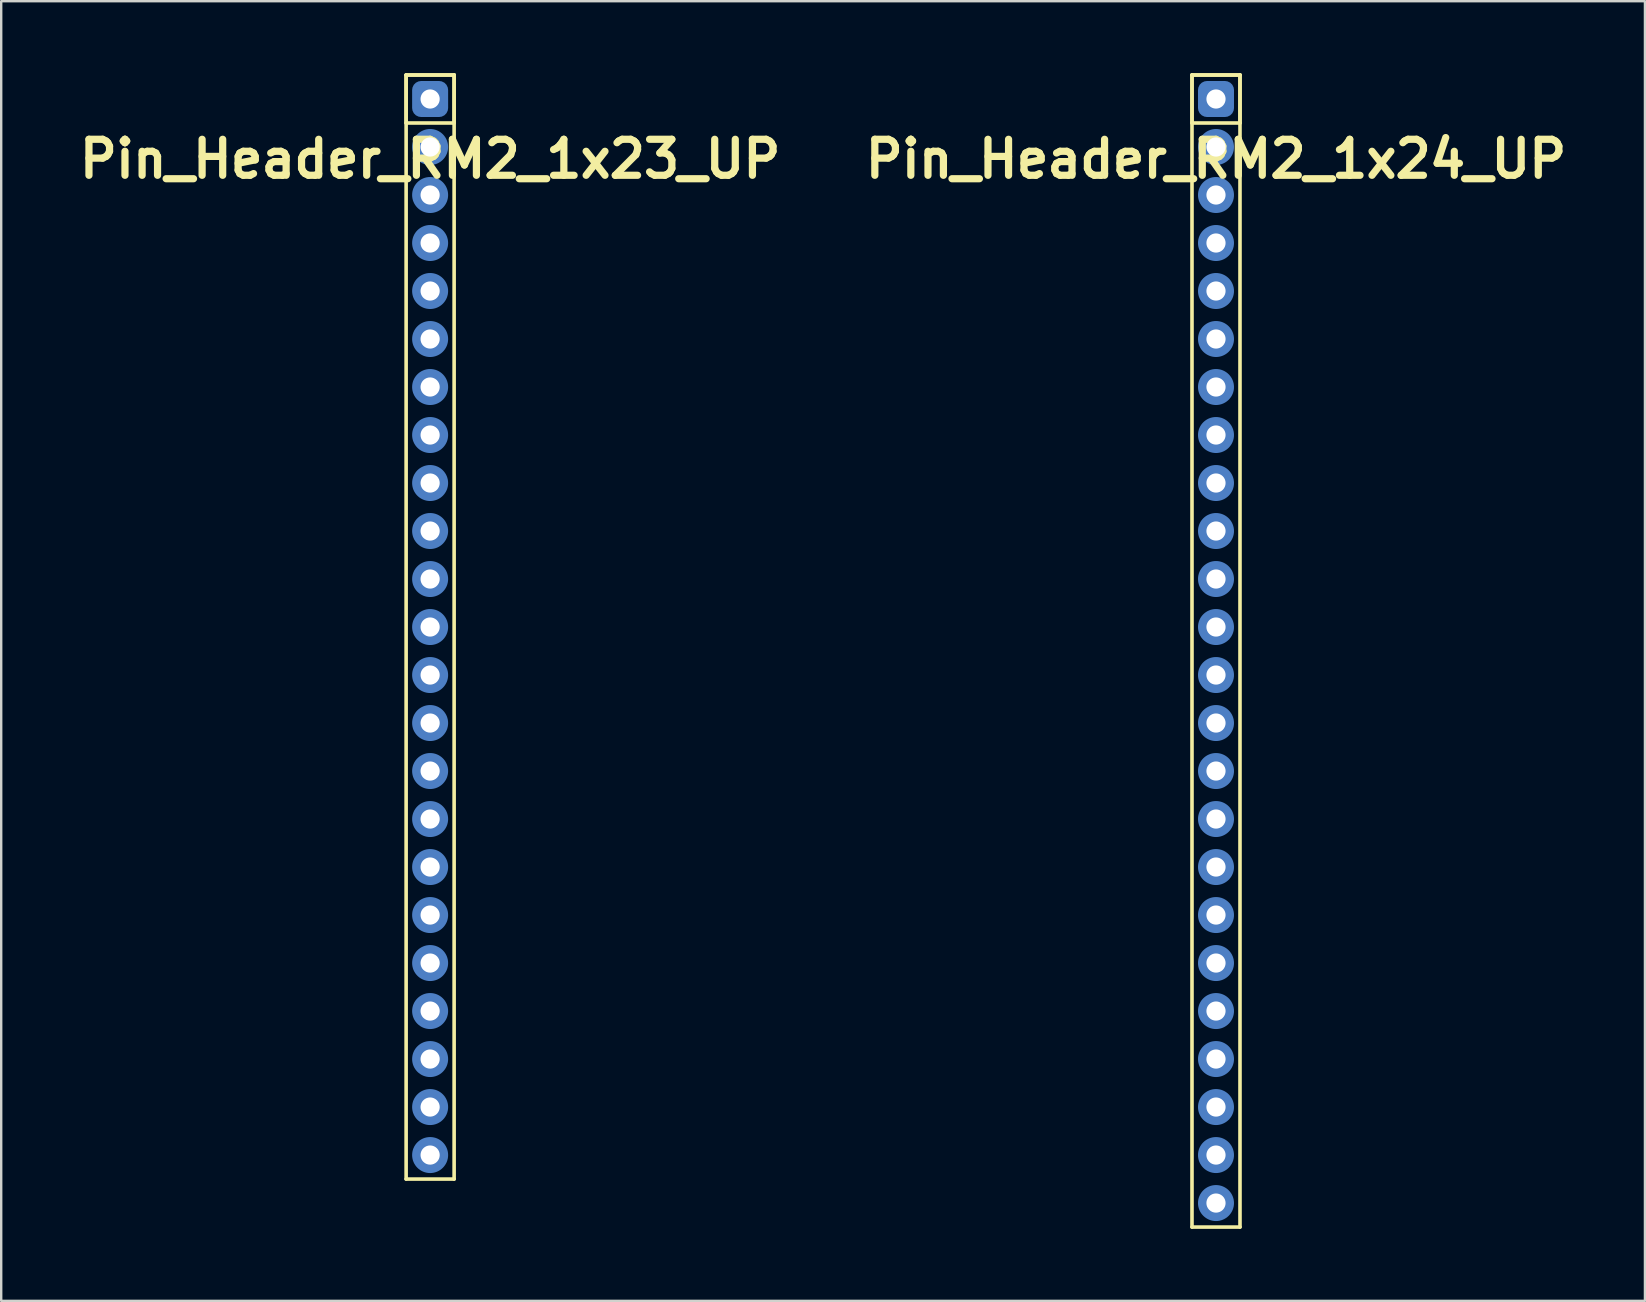
<source format=kicad_pcb>
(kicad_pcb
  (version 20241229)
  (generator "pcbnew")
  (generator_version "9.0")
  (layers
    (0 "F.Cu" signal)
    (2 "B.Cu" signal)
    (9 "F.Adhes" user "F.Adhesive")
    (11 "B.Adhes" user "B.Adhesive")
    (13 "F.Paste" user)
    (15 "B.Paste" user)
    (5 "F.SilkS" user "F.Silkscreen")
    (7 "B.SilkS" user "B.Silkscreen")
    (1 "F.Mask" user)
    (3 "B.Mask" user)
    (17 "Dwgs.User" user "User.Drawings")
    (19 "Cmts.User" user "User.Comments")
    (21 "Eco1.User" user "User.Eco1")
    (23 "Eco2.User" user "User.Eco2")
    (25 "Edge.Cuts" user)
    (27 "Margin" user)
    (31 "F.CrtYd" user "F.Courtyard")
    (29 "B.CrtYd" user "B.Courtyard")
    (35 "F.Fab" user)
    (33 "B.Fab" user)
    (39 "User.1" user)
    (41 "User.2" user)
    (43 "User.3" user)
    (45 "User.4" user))
  (footprint "Pin_Header_RM2_1x23_UP"
    (layer "F.Cu")
    (at 14.871 1.075)
    (property "Reference" "Pin_Header_RM2_1x23_UP" (at 0 2.5 0) (layer "F.SilkS") (effects (font (size 1.5 1.5) (thickness 0.3))))
    (attr through_hole)
    (fp_line (start -1 -1) (end 1 -1) (stroke (width 0.15) (type solid)) (layer "F.SilkS"))
    (fp_line (start -1 -1) (end 1 -1) (stroke (width 0.15) (type solid)) (layer "F.SilkS"))
    (fp_line (start -1 1) (end -1 -1) (stroke (width 0.15) (type solid)) (layer "F.SilkS"))
    (fp_line (start -1 45) (end -1 -1) (stroke (width 0.15) (type solid)) (layer "F.SilkS"))
    (fp_line (start 1 -1) (end 1 1) (stroke (width 0.15) (type solid)) (layer "F.SilkS"))
    (fp_line (start 1 -1) (end 1 45) (stroke (width 0.15) (type solid)) (layer "F.SilkS"))
    (fp_line (start 1 1) (end -1 1) (stroke (width 0.15) (type solid)) (layer "F.SilkS"))
    (fp_line (start 1 45) (end -1 45) (stroke (width 0.15) (type solid)) (layer "F.SilkS"))
    (pad "1" thru_hole circle (at 0 0) (size 1.1 1.1) (drill 0.8) (layers "*.Cu" "*.Mask"))
    (pad "1" smd roundrect (at 0 0) (size 1.25 1.25) (layers "F.Cu" "F.Mask") (roundrect_rratio 0.25))
    (pad "1" smd roundrect (at 0 0) (size 1.5 1.5) (layers "B.Cu" "B.Mask") (roundrect_rratio 0.25))
    (pad "2" thru_hole circle (at 0 2) (size 1.1 1.1) (drill 0.8) (layers "*.Cu" "*.Mask"))
    (pad "2" smd circle (at 0 2) (size 1.25 1.25) (layers "F.Cu" "F.Mask"))
    (pad "2" smd circle (at 0 2) (size 1.5 1.5) (layers "B.Cu" "B.Mask"))
    (pad "3" thru_hole circle (at 0 4) (size 1.1 1.1) (drill 0.8) (layers "*.Cu" "*.Mask"))
    (pad "3" smd circle (at 0 4) (size 1.25 1.25) (layers "F.Cu" "F.Mask"))
    (pad "3" smd circle (at 0 4) (size 1.5 1.5) (layers "B.Cu" "B.Mask"))
    (pad "4" thru_hole circle (at 0 6) (size 1.1 1.1) (drill 0.8) (layers "*.Cu" "*.Mask"))
    (pad "4" smd circle (at 0 6) (size 1.25 1.25) (layers "F.Cu" "F.Mask"))
    (pad "4" smd circle (at 0 6) (size 1.5 1.5) (layers "B.Cu" "B.Mask"))
    (pad "5" thru_hole circle (at 0 8) (size 1.1 1.1) (drill 0.8) (layers "*.Cu" "*.Mask"))
    (pad "5" smd circle (at 0 8) (size 1.25 1.25) (layers "F.Cu" "F.Mask"))
    (pad "5" smd circle (at 0 8) (size 1.5 1.5) (layers "B.Cu" "B.Mask"))
    (pad "6" thru_hole circle (at 0 10) (size 1.1 1.1) (drill 0.8) (layers "*.Cu" "*.Mask"))
    (pad "6" smd circle (at 0 10) (size 1.25 1.25) (layers "F.Cu" "F.Mask"))
    (pad "6" smd circle (at 0 10) (size 1.5 1.5) (layers "B.Cu" "B.Mask"))
    (pad "7" thru_hole circle (at 0 12) (size 1.1 1.1) (drill 0.8) (layers "*.Cu" "*.Mask"))
    (pad "7" smd circle (at 0 12) (size 1.25 1.25) (layers "F.Cu" "F.Mask"))
    (pad "7" smd circle (at 0 12) (size 1.5 1.5) (layers "B.Cu" "B.Mask"))
    (pad "8" thru_hole circle (at 0 14) (size 1.1 1.1) (drill 0.8) (layers "*.Cu" "*.Mask"))
    (pad "8" smd circle (at 0 14) (size 1.25 1.25) (layers "F.Cu" "F.Mask"))
    (pad "8" smd circle (at 0 14) (size 1.5 1.5) (layers "B.Cu" "B.Mask"))
    (pad "9" thru_hole circle (at 0 16) (size 1.1 1.1) (drill 0.8) (layers "*.Cu" "*.Mask"))
    (pad "9" smd circle (at 0 16) (size 1.25 1.25) (layers "F.Cu" "F.Mask"))
    (pad "9" smd circle (at 0 16) (size 1.5 1.5) (layers "B.Cu" "B.Mask"))
    (pad "10" thru_hole circle (at 0 18) (size 1.1 1.1) (drill 0.8) (layers "*.Cu" "*.Mask"))
    (pad "10" smd circle (at 0 18) (size 1.25 1.25) (layers "F.Cu" "F.Mask"))
    (pad "10" smd circle (at 0 18) (size 1.5 1.5) (layers "B.Cu" "B.Mask"))
    (pad "11" thru_hole circle (at 0 20) (size 1.1 1.1) (drill 0.8) (layers "*.Cu" "*.Mask"))
    (pad "11" smd circle (at 0 20) (size 1.25 1.25) (layers "F.Cu" "F.Mask"))
    (pad "11" smd circle (at 0 20) (size 1.5 1.5) (layers "B.Cu" "B.Mask"))
    (pad "12" thru_hole circle (at 0 22) (size 1.1 1.1) (drill 0.8) (layers "*.Cu" "*.Mask"))
    (pad "12" smd circle (at 0 22) (size 1.25 1.25) (layers "F.Cu" "F.Mask"))
    (pad "12" smd circle (at 0 22) (size 1.5 1.5) (layers "B.Cu" "B.Mask"))
    (pad "13" thru_hole circle (at 0 24) (size 1.1 1.1) (drill 0.8) (layers "*.Cu" "*.Mask"))
    (pad "13" smd circle (at 0 24) (size 1.25 1.25) (layers "F.Cu" "F.Mask"))
    (pad "13" smd circle (at 0 24) (size 1.5 1.5) (layers "B.Cu" "B.Mask"))
    (pad "14" thru_hole circle (at 0 26) (size 1.1 1.1) (drill 0.8) (layers "*.Cu" "*.Mask"))
    (pad "14" smd circle (at 0 26) (size 1.25 1.25) (layers "F.Cu" "F.Mask"))
    (pad "14" smd circle (at 0 26) (size 1.5 1.5) (layers "B.Cu" "B.Mask"))
    (pad "15" thru_hole circle (at 0 28) (size 1.1 1.1) (drill 0.8) (layers "*.Cu" "*.Mask"))
    (pad "15" smd circle (at 0 28) (size 1.25 1.25) (layers "F.Cu" "F.Mask"))
    (pad "15" smd circle (at 0 28) (size 1.5 1.5) (layers "B.Cu" "B.Mask"))
    (pad "16" thru_hole circle (at 0 30) (size 1.1 1.1) (drill 0.8) (layers "*.Cu" "*.Mask"))
    (pad "16" smd circle (at 0 30) (size 1.25 1.25) (layers "F.Cu" "F.Mask"))
    (pad "16" smd circle (at 0 30) (size 1.5 1.5) (layers "B.Cu" "B.Mask"))
    (pad "17" thru_hole circle (at 0 32) (size 1.1 1.1) (drill 0.8) (layers "*.Cu" "*.Mask"))
    (pad "17" smd circle (at 0 32) (size 1.25 1.25) (layers "F.Cu" "F.Mask"))
    (pad "17" smd circle (at 0 32) (size 1.5 1.5) (layers "B.Cu" "B.Mask"))
    (pad "18" thru_hole circle (at 0 34) (size 1.1 1.1) (drill 0.8) (layers "*.Cu" "*.Mask"))
    (pad "18" smd circle (at 0 34) (size 1.25 1.25) (layers "F.Cu" "F.Mask"))
    (pad "18" smd circle (at 0 34) (size 1.5 1.5) (layers "B.Cu" "B.Mask"))
    (pad "19" thru_hole circle (at 0 36) (size 1.1 1.1) (drill 0.8) (layers "*.Cu" "*.Mask"))
    (pad "19" smd circle (at 0 36) (size 1.25 1.25) (layers "F.Cu" "F.Mask"))
    (pad "19" smd circle (at 0 36) (size 1.5 1.5) (layers "B.Cu" "B.Mask"))
    (pad "20" thru_hole circle (at 0 38) (size 1.1 1.1) (drill 0.8) (layers "*.Cu" "*.Mask"))
    (pad "20" smd circle (at 0 38) (size 1.25 1.25) (layers "F.Cu" "F.Mask"))
    (pad "20" smd circle (at 0 38) (size 1.5 1.5) (layers "B.Cu" "B.Mask"))
    (pad "21" thru_hole circle (at 0 40) (size 1.1 1.1) (drill 0.8) (layers "*.Cu" "*.Mask"))
    (pad "21" smd circle (at 0 40) (size 1.25 1.25) (layers "F.Cu" "F.Mask"))
    (pad "21" smd circle (at 0 40) (size 1.5 1.5) (layers "B.Cu" "B.Mask"))
    (pad "22" thru_hole circle (at 0 42) (size 1.1 1.1) (drill 0.8) (layers "*.Cu" "*.Mask"))
    (pad "22" smd circle (at 0 42) (size 1.25 1.25) (layers "F.Cu" "F.Mask"))
    (pad "22" smd circle (at 0 42) (size 1.5 1.5) (layers "B.Cu" "B.Mask"))
    (pad "23" thru_hole circle (at 0 44) (size 1.1 1.1) (drill 0.8) (layers "*.Cu" "*.Mask"))
    (pad "23" smd circle (at 0 44) (size 1.25 1.25) (layers "F.Cu" "F.Mask"))
    (pad "23" smd circle (at 0 44) (size 1.5 1.5) (layers "B.Cu" "B.Mask")))
  (footprint "Pin_Header_RM2_1x24_UP"
    (layer "F.Cu")
    (at 47.614 1.075)
    (property "Reference" "Pin_Header_RM2_1x24_UP" (at 0 2.5 0) (layer "F.SilkS") (effects (font (size 1.5 1.5) (thickness 0.3))))
    (attr through_hole)
    (fp_line (start -1 -1) (end 1 -1) (stroke (width 0.15) (type solid)) (layer "F.SilkS"))
    (fp_line (start -1 -1) (end 1 -1) (stroke (width 0.15) (type solid)) (layer "F.SilkS"))
    (fp_line (start -1 1) (end -1 -1) (stroke (width 0.15) (type solid)) (layer "F.SilkS"))
    (fp_line (start -1 47) (end -1 -1) (stroke (width 0.15) (type solid)) (layer "F.SilkS"))
    (fp_line (start 1 -1) (end 1 1) (stroke (width 0.15) (type solid)) (layer "F.SilkS"))
    (fp_line (start 1 -1) (end 1 47) (stroke (width 0.15) (type solid)) (layer "F.SilkS"))
    (fp_line (start 1 1) (end -1 1) (stroke (width 0.15) (type solid)) (layer "F.SilkS"))
    (fp_line (start 1 47) (end -1 47) (stroke (width 0.15) (type solid)) (layer "F.SilkS"))
    (pad "1" thru_hole circle (at 0 0) (size 1.1 1.1) (drill 0.8) (layers "*.Cu" "*.Mask"))
    (pad "1" smd roundrect (at 0 0) (size 1.25 1.25) (layers "F.Cu" "F.Mask") (roundrect_rratio 0.25))
    (pad "1" smd roundrect (at 0 0) (size 1.5 1.5) (layers "B.Cu" "B.Mask") (roundrect_rratio 0.25))
    (pad "2" thru_hole circle (at 0 2) (size 1.1 1.1) (drill 0.8) (layers "*.Cu" "*.Mask"))
    (pad "2" smd circle (at 0 2) (size 1.25 1.25) (layers "F.Cu" "F.Mask"))
    (pad "2" smd circle (at 0 2) (size 1.5 1.5) (layers "B.Cu" "B.Mask"))
    (pad "3" thru_hole circle (at 0 4) (size 1.1 1.1) (drill 0.8) (layers "*.Cu" "*.Mask"))
    (pad "3" smd circle (at 0 4) (size 1.25 1.25) (layers "F.Cu" "F.Mask"))
    (pad "3" smd circle (at 0 4) (size 1.5 1.5) (layers "B.Cu" "B.Mask"))
    (pad "4" thru_hole circle (at 0 6) (size 1.1 1.1) (drill 0.8) (layers "*.Cu" "*.Mask"))
    (pad "4" smd circle (at 0 6) (size 1.25 1.25) (layers "F.Cu" "F.Mask"))
    (pad "4" smd circle (at 0 6) (size 1.5 1.5) (layers "B.Cu" "B.Mask"))
    (pad "5" thru_hole circle (at 0 8) (size 1.1 1.1) (drill 0.8) (layers "*.Cu" "*.Mask"))
    (pad "5" smd circle (at 0 8) (size 1.25 1.25) (layers "F.Cu" "F.Mask"))
    (pad "5" smd circle (at 0 8) (size 1.5 1.5) (layers "B.Cu" "B.Mask"))
    (pad "6" thru_hole circle (at 0 10) (size 1.1 1.1) (drill 0.8) (layers "*.Cu" "*.Mask"))
    (pad "6" smd circle (at 0 10) (size 1.25 1.25) (layers "F.Cu" "F.Mask"))
    (pad "6" smd circle (at 0 10) (size 1.5 1.5) (layers "B.Cu" "B.Mask"))
    (pad "7" thru_hole circle (at 0 12) (size 1.1 1.1) (drill 0.8) (layers "*.Cu" "*.Mask"))
    (pad "7" smd circle (at 0 12) (size 1.25 1.25) (layers "F.Cu" "F.Mask"))
    (pad "7" smd circle (at 0 12) (size 1.5 1.5) (layers "B.Cu" "B.Mask"))
    (pad "8" thru_hole circle (at 0 14) (size 1.1 1.1) (drill 0.8) (layers "*.Cu" "*.Mask"))
    (pad "8" smd circle (at 0 14) (size 1.25 1.25) (layers "F.Cu" "F.Mask"))
    (pad "8" smd circle (at 0 14) (size 1.5 1.5) (layers "B.Cu" "B.Mask"))
    (pad "9" thru_hole circle (at 0 16) (size 1.1 1.1) (drill 0.8) (layers "*.Cu" "*.Mask"))
    (pad "9" smd circle (at 0 16) (size 1.25 1.25) (layers "F.Cu" "F.Mask"))
    (pad "9" smd circle (at 0 16) (size 1.5 1.5) (layers "B.Cu" "B.Mask"))
    (pad "10" thru_hole circle (at 0 18) (size 1.1 1.1) (drill 0.8) (layers "*.Cu" "*.Mask"))
    (pad "10" smd circle (at 0 18) (size 1.25 1.25) (layers "F.Cu" "F.Mask"))
    (pad "10" smd circle (at 0 18) (size 1.5 1.5) (layers "B.Cu" "B.Mask"))
    (pad "11" thru_hole circle (at 0 20) (size 1.1 1.1) (drill 0.8) (layers "*.Cu" "*.Mask"))
    (pad "11" smd circle (at 0 20) (size 1.25 1.25) (layers "F.Cu" "F.Mask"))
    (pad "11" smd circle (at 0 20) (size 1.5 1.5) (layers "B.Cu" "B.Mask"))
    (pad "12" thru_hole circle (at 0 22) (size 1.1 1.1) (drill 0.8) (layers "*.Cu" "*.Mask"))
    (pad "12" smd circle (at 0 22) (size 1.25 1.25) (layers "F.Cu" "F.Mask"))
    (pad "12" smd circle (at 0 22) (size 1.5 1.5) (layers "B.Cu" "B.Mask"))
    (pad "13" thru_hole circle (at 0 24) (size 1.1 1.1) (drill 0.8) (layers "*.Cu" "*.Mask"))
    (pad "13" smd circle (at 0 24) (size 1.25 1.25) (layers "F.Cu" "F.Mask"))
    (pad "13" smd circle (at 0 24) (size 1.5 1.5) (layers "B.Cu" "B.Mask"))
    (pad "14" thru_hole circle (at 0 26) (size 1.1 1.1) (drill 0.8) (layers "*.Cu" "*.Mask"))
    (pad "14" smd circle (at 0 26) (size 1.25 1.25) (layers "F.Cu" "F.Mask"))
    (pad "14" smd circle (at 0 26) (size 1.5 1.5) (layers "B.Cu" "B.Mask"))
    (pad "15" thru_hole circle (at 0 28) (size 1.1 1.1) (drill 0.8) (layers "*.Cu" "*.Mask"))
    (pad "15" smd circle (at 0 28) (size 1.25 1.25) (layers "F.Cu" "F.Mask"))
    (pad "15" smd circle (at 0 28) (size 1.5 1.5) (layers "B.Cu" "B.Mask"))
    (pad "16" thru_hole circle (at 0 30) (size 1.1 1.1) (drill 0.8) (layers "*.Cu" "*.Mask"))
    (pad "16" smd circle (at 0 30) (size 1.25 1.25) (layers "F.Cu" "F.Mask"))
    (pad "16" smd circle (at 0 30) (size 1.5 1.5) (layers "B.Cu" "B.Mask"))
    (pad "17" thru_hole circle (at 0 32) (size 1.1 1.1) (drill 0.8) (layers "*.Cu" "*.Mask"))
    (pad "17" smd circle (at 0 32) (size 1.25 1.25) (layers "F.Cu" "F.Mask"))
    (pad "17" smd circle (at 0 32) (size 1.5 1.5) (layers "B.Cu" "B.Mask"))
    (pad "18" thru_hole circle (at 0 34) (size 1.1 1.1) (drill 0.8) (layers "*.Cu" "*.Mask"))
    (pad "18" smd circle (at 0 34) (size 1.25 1.25) (layers "F.Cu" "F.Mask"))
    (pad "18" smd circle (at 0 34) (size 1.5 1.5) (layers "B.Cu" "B.Mask"))
    (pad "19" thru_hole circle (at 0 36) (size 1.1 1.1) (drill 0.8) (layers "*.Cu" "*.Mask"))
    (pad "19" smd circle (at 0 36) (size 1.25 1.25) (layers "F.Cu" "F.Mask"))
    (pad "19" smd circle (at 0 36) (size 1.5 1.5) (layers "B.Cu" "B.Mask"))
    (pad "20" thru_hole circle (at 0 38) (size 1.1 1.1) (drill 0.8) (layers "*.Cu" "*.Mask"))
    (pad "20" smd circle (at 0 38) (size 1.25 1.25) (layers "F.Cu" "F.Mask"))
    (pad "20" smd circle (at 0 38) (size 1.5 1.5) (layers "B.Cu" "B.Mask"))
    (pad "21" thru_hole circle (at 0 40) (size 1.1 1.1) (drill 0.8) (layers "*.Cu" "*.Mask"))
    (pad "21" smd circle (at 0 40) (size 1.25 1.25) (layers "F.Cu" "F.Mask"))
    (pad "21" smd circle (at 0 40) (size 1.5 1.5) (layers "B.Cu" "B.Mask"))
    (pad "22" thru_hole circle (at 0 42) (size 1.1 1.1) (drill 0.8) (layers "*.Cu" "*.Mask"))
    (pad "22" smd circle (at 0 42) (size 1.25 1.25) (layers "F.Cu" "F.Mask"))
    (pad "22" smd circle (at 0 42) (size 1.5 1.5) (layers "B.Cu" "B.Mask"))
    (pad "23" thru_hole circle (at 0 44) (size 1.1 1.1) (drill 0.8) (layers "*.Cu" "*.Mask"))
    (pad "23" smd circle (at 0 44) (size 1.25 1.25) (layers "F.Cu" "F.Mask"))
    (pad "23" smd circle (at 0 44) (size 1.5 1.5) (layers "B.Cu" "B.Mask"))
    (pad "24" thru_hole circle (at 0 46) (size 1.1 1.1) (drill 0.8) (layers "*.Cu" "*.Mask"))
    (pad "24" smd circle (at 0 46) (size 1.25 1.25) (layers "F.Cu" "F.Mask"))
    (pad "24" smd circle (at 0 46) (size 1.5 1.5) (layers "B.Cu" "B.Mask")))
  (gr_rect
    (start -3 -3)
    (end 65.486 51.15)
    (stroke (width 0.1) (type default))
    (fill no)
    (layer "Edge.Cuts")))
</source>
